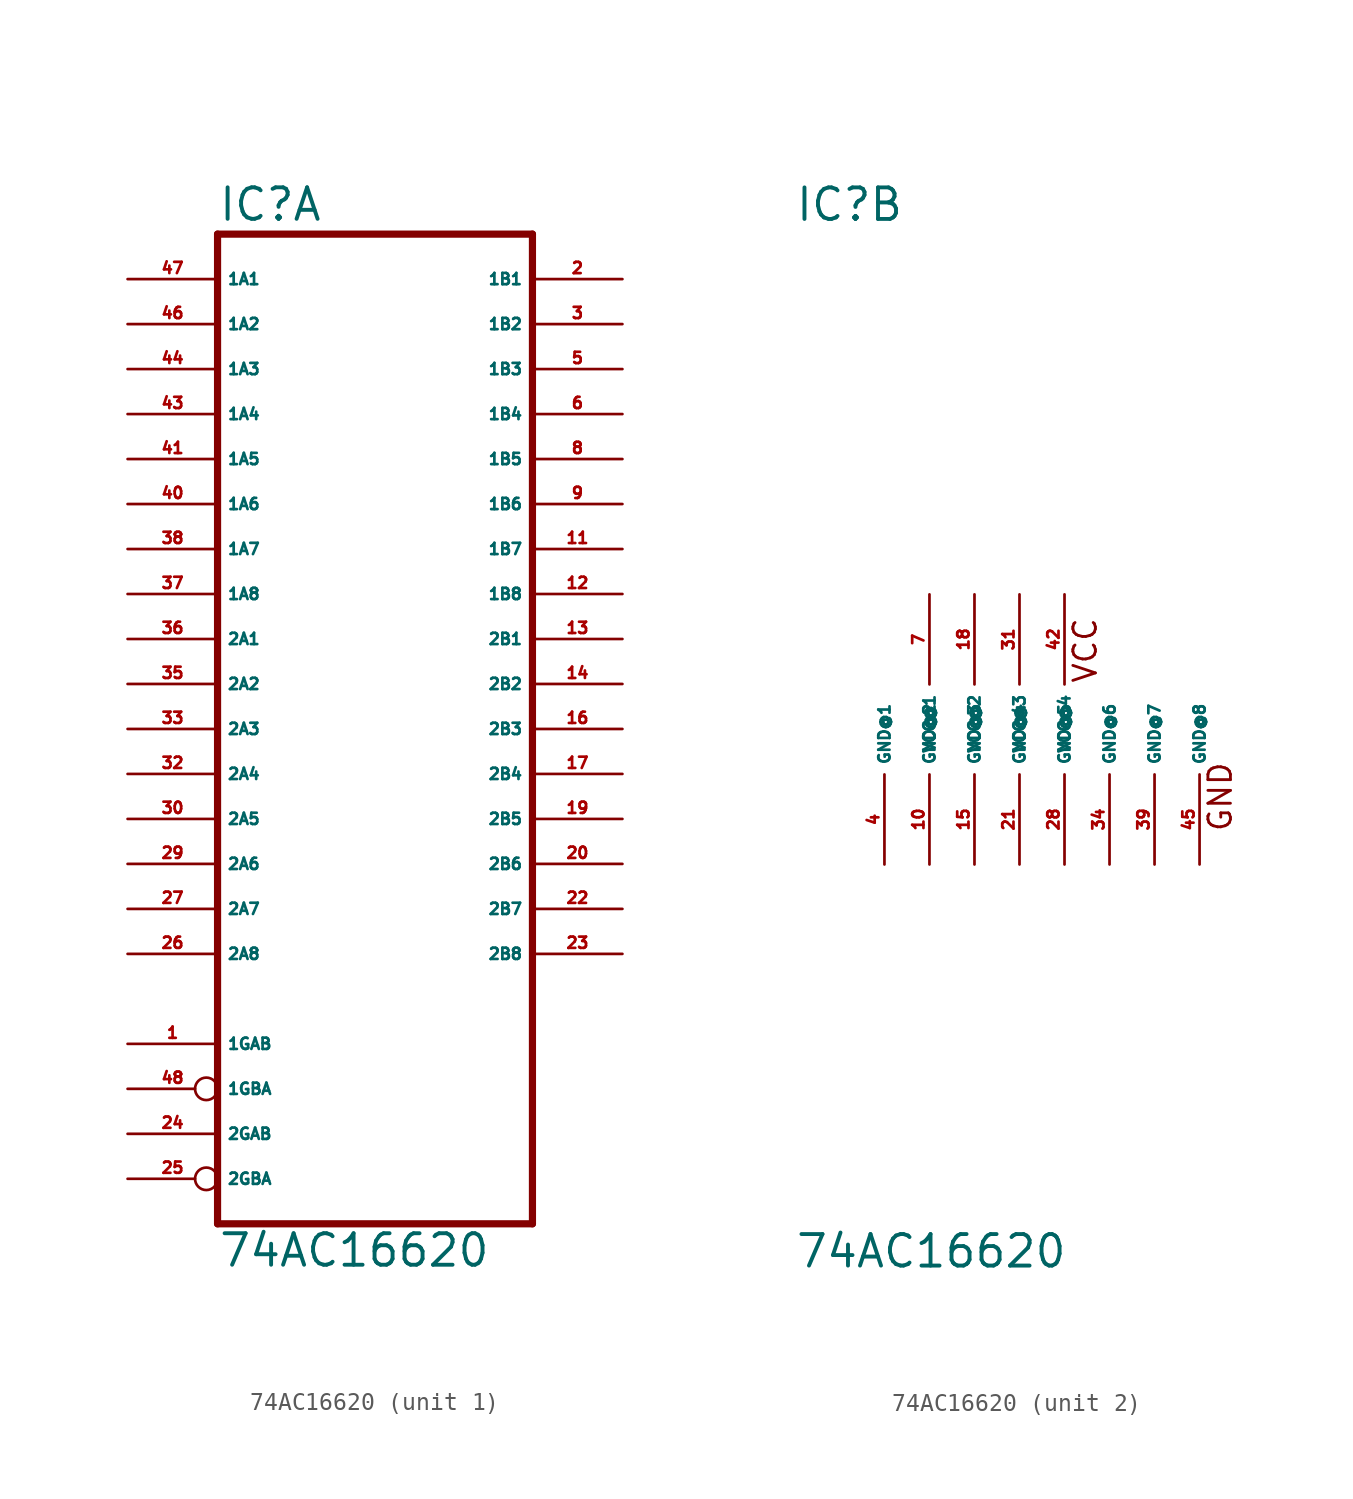
<source format=kicad_sym>
(kicad_symbol_lib
  (version 20220914)
  (generator Eagle2Kicad)
  (symbol "74AC16620"
    (property "Reference" "IC"
      (at -10.16 28.575 0)
      (effects (font (size 1.778 1.778) (thickness 0.22)) (justify left bottom)))
    (property "Value" "74AC16620"
      (at -10.16 -30.48 0)
      (effects (font (size 1.778 1.778) (thickness 0.22)) (justify left bottom)))
    (symbol "74AC16620_1_0"
      (polyline (pts (xy -10.16 27.94) (xy -10.16 -27.94)) (stroke (width 0.406) (type default)) (fill (type none)))
      (polyline (pts (xy 7.62 -27.94) (xy -10.16 -27.94)) (stroke (width 0.406) (type default)) (fill (type none)))
      (polyline (pts (xy 7.62 -27.94) (xy 7.62 27.94)) (stroke (width 0.406) (type default)) (fill (type none)))
      (polyline (pts (xy -10.16 27.94) (xy 7.62 27.94)) (stroke (width 0.406) (type default)) (fill (type none)))
      (pin input inverted (at -15.24 -20.32 0) (length 5.08) (name "1GBA" (effects (font (size 0.635 0.635) (thickness 0.08)) (justify left bottom))) (number "48" (effects (font (size 0.635 0.635) (thickness 0.08)) (justify left bottom))))
      (pin input line (at -15.24 -17.78 0) (length 5.08) (name "1GAB" (effects (font (size 0.635 0.635) (thickness 0.08)) (justify left bottom))) (number "1" (effects (font (size 0.635 0.635) (thickness 0.08)) (justify left bottom))))
      (pin input inverted (at -15.24 -25.4 0) (length 5.08) (name "2GBA" (effects (font (size 0.635 0.635) (thickness 0.08)) (justify left bottom))) (number "25" (effects (font (size 0.635 0.635) (thickness 0.08)) (justify left bottom))))
      (pin input line (at -15.24 -22.86 0) (length 5.08) (name "2GAB" (effects (font (size 0.635 0.635) (thickness 0.08)) (justify left bottom))) (number "24" (effects (font (size 0.635 0.635) (thickness 0.08)) (justify left bottom))))
      (pin bidirectional line (at 12.7 25.4 180) (length 5.08) (name "1B1" (effects (font (size 0.635 0.635) (thickness 0.08)) (justify left bottom))) (number "2" (effects (font (size 0.635 0.635) (thickness 0.08)) (justify left bottom))))
      (pin bidirectional line (at 12.7 22.86 180) (length 5.08) (name "1B2" (effects (font (size 0.635 0.635) (thickness 0.08)) (justify left bottom))) (number "3" (effects (font (size 0.635 0.635) (thickness 0.08)) (justify left bottom))))
      (pin bidirectional line (at 12.7 20.32 180) (length 5.08) (name "1B3" (effects (font (size 0.635 0.635) (thickness 0.08)) (justify left bottom))) (number "5" (effects (font (size 0.635 0.635) (thickness 0.08)) (justify left bottom))))
      (pin bidirectional line (at 12.7 17.78 180) (length 5.08) (name "1B4" (effects (font (size 0.635 0.635) (thickness 0.08)) (justify left bottom))) (number "6" (effects (font (size 0.635 0.635) (thickness 0.08)) (justify left bottom))))
      (pin bidirectional line (at 12.7 15.24 180) (length 5.08) (name "1B5" (effects (font (size 0.635 0.635) (thickness 0.08)) (justify left bottom))) (number "8" (effects (font (size 0.635 0.635) (thickness 0.08)) (justify left bottom))))
      (pin bidirectional line (at 12.7 12.7 180) (length 5.08) (name "1B6" (effects (font (size 0.635 0.635) (thickness 0.08)) (justify left bottom))) (number "9" (effects (font (size 0.635 0.635) (thickness 0.08)) (justify left bottom))))
      (pin bidirectional line (at 12.7 10.16 180) (length 5.08) (name "1B7" (effects (font (size 0.635 0.635) (thickness 0.08)) (justify left bottom))) (number "11" (effects (font (size 0.635 0.635) (thickness 0.08)) (justify left bottom))))
      (pin bidirectional line (at 12.7 7.62 180) (length 5.08) (name "1B8" (effects (font (size 0.635 0.635) (thickness 0.08)) (justify left bottom))) (number "12" (effects (font (size 0.635 0.635) (thickness 0.08)) (justify left bottom))))
      (pin bidirectional line (at 12.7 5.08 180) (length 5.08) (name "2B1" (effects (font (size 0.635 0.635) (thickness 0.08)) (justify left bottom))) (number "13" (effects (font (size 0.635 0.635) (thickness 0.08)) (justify left bottom))))
      (pin bidirectional line (at 12.7 2.54 180) (length 5.08) (name "2B2" (effects (font (size 0.635 0.635) (thickness 0.08)) (justify left bottom))) (number "14" (effects (font (size 0.635 0.635) (thickness 0.08)) (justify left bottom))))
      (pin bidirectional line (at 12.7 0 180) (length 5.08) (name "2B3" (effects (font (size 0.635 0.635) (thickness 0.08)) (justify left bottom))) (number "16" (effects (font (size 0.635 0.635) (thickness 0.08)) (justify left bottom))))
      (pin bidirectional line (at 12.7 -2.54 180) (length 5.08) (name "2B4" (effects (font (size 0.635 0.635) (thickness 0.08)) (justify left bottom))) (number "17" (effects (font (size 0.635 0.635) (thickness 0.08)) (justify left bottom))))
      (pin bidirectional line (at 12.7 -5.08 180) (length 5.08) (name "2B5" (effects (font (size 0.635 0.635) (thickness 0.08)) (justify left bottom))) (number "19" (effects (font (size 0.635 0.635) (thickness 0.08)) (justify left bottom))))
      (pin bidirectional line (at 12.7 -7.62 180) (length 5.08) (name "2B6" (effects (font (size 0.635 0.635) (thickness 0.08)) (justify left bottom))) (number "20" (effects (font (size 0.635 0.635) (thickness 0.08)) (justify left bottom))))
      (pin bidirectional line (at 12.7 -10.16 180) (length 5.08) (name "2B7" (effects (font (size 0.635 0.635) (thickness 0.08)) (justify left bottom))) (number "22" (effects (font (size 0.635 0.635) (thickness 0.08)) (justify left bottom))))
      (pin bidirectional line (at 12.7 -12.7 180) (length 5.08) (name "2B8" (effects (font (size 0.635 0.635) (thickness 0.08)) (justify left bottom))) (number "23" (effects (font (size 0.635 0.635) (thickness 0.08)) (justify left bottom))))
      (pin bidirectional line (at -15.24 25.4 0) (length 5.08) (name "1A1" (effects (font (size 0.635 0.635) (thickness 0.08)) (justify left bottom))) (number "47" (effects (font (size 0.635 0.635) (thickness 0.08)) (justify left bottom))))
      (pin bidirectional line (at -15.24 22.86 0) (length 5.08) (name "1A2" (effects (font (size 0.635 0.635) (thickness 0.08)) (justify left bottom))) (number "46" (effects (font (size 0.635 0.635) (thickness 0.08)) (justify left bottom))))
      (pin bidirectional line (at -15.24 20.32 0) (length 5.08) (name "1A3" (effects (font (size 0.635 0.635) (thickness 0.08)) (justify left bottom))) (number "44" (effects (font (size 0.635 0.635) (thickness 0.08)) (justify left bottom))))
      (pin bidirectional line (at -15.24 17.78 0) (length 5.08) (name "1A4" (effects (font (size 0.635 0.635) (thickness 0.08)) (justify left bottom))) (number "43" (effects (font (size 0.635 0.635) (thickness 0.08)) (justify left bottom))))
      (pin bidirectional line (at -15.24 15.24 0) (length 5.08) (name "1A5" (effects (font (size 0.635 0.635) (thickness 0.08)) (justify left bottom))) (number "41" (effects (font (size 0.635 0.635) (thickness 0.08)) (justify left bottom))))
      (pin bidirectional line (at -15.24 12.7 0) (length 5.08) (name "1A6" (effects (font (size 0.635 0.635) (thickness 0.08)) (justify left bottom))) (number "40" (effects (font (size 0.635 0.635) (thickness 0.08)) (justify left bottom))))
      (pin bidirectional line (at -15.24 10.16 0) (length 5.08) (name "1A7" (effects (font (size 0.635 0.635) (thickness 0.08)) (justify left bottom))) (number "38" (effects (font (size 0.635 0.635) (thickness 0.08)) (justify left bottom))))
      (pin bidirectional line (at -15.24 7.62 0) (length 5.08) (name "1A8" (effects (font (size 0.635 0.635) (thickness 0.08)) (justify left bottom))) (number "37" (effects (font (size 0.635 0.635) (thickness 0.08)) (justify left bottom))))
      (pin bidirectional line (at -15.24 5.08 0) (length 5.08) (name "2A1" (effects (font (size 0.635 0.635) (thickness 0.08)) (justify left bottom))) (number "36" (effects (font (size 0.635 0.635) (thickness 0.08)) (justify left bottom))))
      (pin bidirectional line (at -15.24 2.54 0) (length 5.08) (name "2A2" (effects (font (size 0.635 0.635) (thickness 0.08)) (justify left bottom))) (number "35" (effects (font (size 0.635 0.635) (thickness 0.08)) (justify left bottom))))
      (pin bidirectional line (at -15.24 0 0) (length 5.08) (name "2A3" (effects (font (size 0.635 0.635) (thickness 0.08)) (justify left bottom))) (number "33" (effects (font (size 0.635 0.635) (thickness 0.08)) (justify left bottom))))
      (pin bidirectional line (at -15.24 -2.54 0) (length 5.08) (name "2A4" (effects (font (size 0.635 0.635) (thickness 0.08)) (justify left bottom))) (number "32" (effects (font (size 0.635 0.635) (thickness 0.08)) (justify left bottom))))
      (pin bidirectional line (at -15.24 -5.08 0) (length 5.08) (name "2A5" (effects (font (size 0.635 0.635) (thickness 0.08)) (justify left bottom))) (number "30" (effects (font (size 0.635 0.635) (thickness 0.08)) (justify left bottom))))
      (pin bidirectional line (at -15.24 -7.62 0) (length 5.08) (name "2A6" (effects (font (size 0.635 0.635) (thickness 0.08)) (justify left bottom))) (number "29" (effects (font (size 0.635 0.635) (thickness 0.08)) (justify left bottom))))
      (pin bidirectional line (at -15.24 -10.16 0) (length 5.08) (name "2A7" (effects (font (size 0.635 0.635) (thickness 0.08)) (justify left bottom))) (number "27" (effects (font (size 0.635 0.635) (thickness 0.08)) (justify left bottom))))
      (pin bidirectional line (at -15.24 -12.7 0) (length 5.08) (name "2A8" (effects (font (size 0.635 0.635) (thickness 0.08)) (justify left bottom))) (number "26" (effects (font (size 0.635 0.635) (thickness 0.08)) (justify left bottom)))))
    (symbol "74AC16620_2_0"
      (text "VCC" (at 6.985 2.54 900) (effects (font (size 1.27 1.27) (thickness 0.16)) (justify left bottom)))
      (text "GND" (at 14.605 -5.842 900) (effects (font (size 1.27 1.27) (thickness 0.16)) (justify left bottom)))
      (pin unspecified line (at -2.54 7.62 270) (length 5.08) (name "VCC@1" (effects (font (size 0.635 0.635) (thickness 0.08)) (justify left bottom))) (number "7" (effects (font (size 0.635 0.635) (thickness 0.08)) (justify left bottom))))
      (pin unspecified line (at 0 7.62 270) (length 5.08) (name "VCC@2" (effects (font (size 0.635 0.635) (thickness 0.08)) (justify left bottom))) (number "18" (effects (font (size 0.635 0.635) (thickness 0.08)) (justify left bottom))))
      (pin unspecified line (at 2.54 -7.62 90) (length 5.08) (name "GND@4" (effects (font (size 0.635 0.635) (thickness 0.08)) (justify left bottom))) (number "21" (effects (font (size 0.635 0.635) (thickness 0.08)) (justify left bottom))))
      (pin unspecified line (at 0 -7.62 90) (length 5.08) (name "GND@3" (effects (font (size 0.635 0.635) (thickness 0.08)) (justify left bottom))) (number "15" (effects (font (size 0.635 0.635) (thickness 0.08)) (justify left bottom))))
      (pin unspecified line (at -2.54 -7.62 90) (length 5.08) (name "GND@2" (effects (font (size 0.635 0.635) (thickness 0.08)) (justify left bottom))) (number "10" (effects (font (size 0.635 0.635) (thickness 0.08)) (justify left bottom))))
      (pin unspecified line (at -5.08 -7.62 90) (length 5.08) (name "GND@1" (effects (font (size 0.635 0.635) (thickness 0.08)) (justify left bottom))) (number "4" (effects (font (size 0.635 0.635) (thickness 0.08)) (justify left bottom))))
      (pin unspecified line (at 2.54 7.62 270) (length 5.08) (name "VCC@3" (effects (font (size 0.635 0.635) (thickness 0.08)) (justify left bottom))) (number "31" (effects (font (size 0.635 0.635) (thickness 0.08)) (justify left bottom))))
      (pin unspecified line (at 5.08 7.62 270) (length 5.08) (name "VCC@4" (effects (font (size 0.635 0.635) (thickness 0.08)) (justify left bottom))) (number "42" (effects (font (size 0.635 0.635) (thickness 0.08)) (justify left bottom))))
      (pin unspecified line (at 5.08 -7.62 90) (length 5.08) (name "GND@5" (effects (font (size 0.635 0.635) (thickness 0.08)) (justify left bottom))) (number "28" (effects (font (size 0.635 0.635) (thickness 0.08)) (justify left bottom))))
      (pin unspecified line (at 7.62 -7.62 90) (length 5.08) (name "GND@6" (effects (font (size 0.635 0.635) (thickness 0.08)) (justify left bottom))) (number "34" (effects (font (size 0.635 0.635) (thickness 0.08)) (justify left bottom))))
      (pin unspecified line (at 10.16 -7.62 90) (length 5.08) (name "GND@7" (effects (font (size 0.635 0.635) (thickness 0.08)) (justify left bottom))) (number "39" (effects (font (size 0.635 0.635) (thickness 0.08)) (justify left bottom))))
      (pin unspecified line (at 12.7 -7.62 90) (length 5.08) (name "GND@8" (effects (font (size 0.635 0.635) (thickness 0.08)) (justify left bottom))) (number "45" (effects (font (size 0.635 0.635) (thickness 0.08)) (justify left bottom)))))))
</source>
